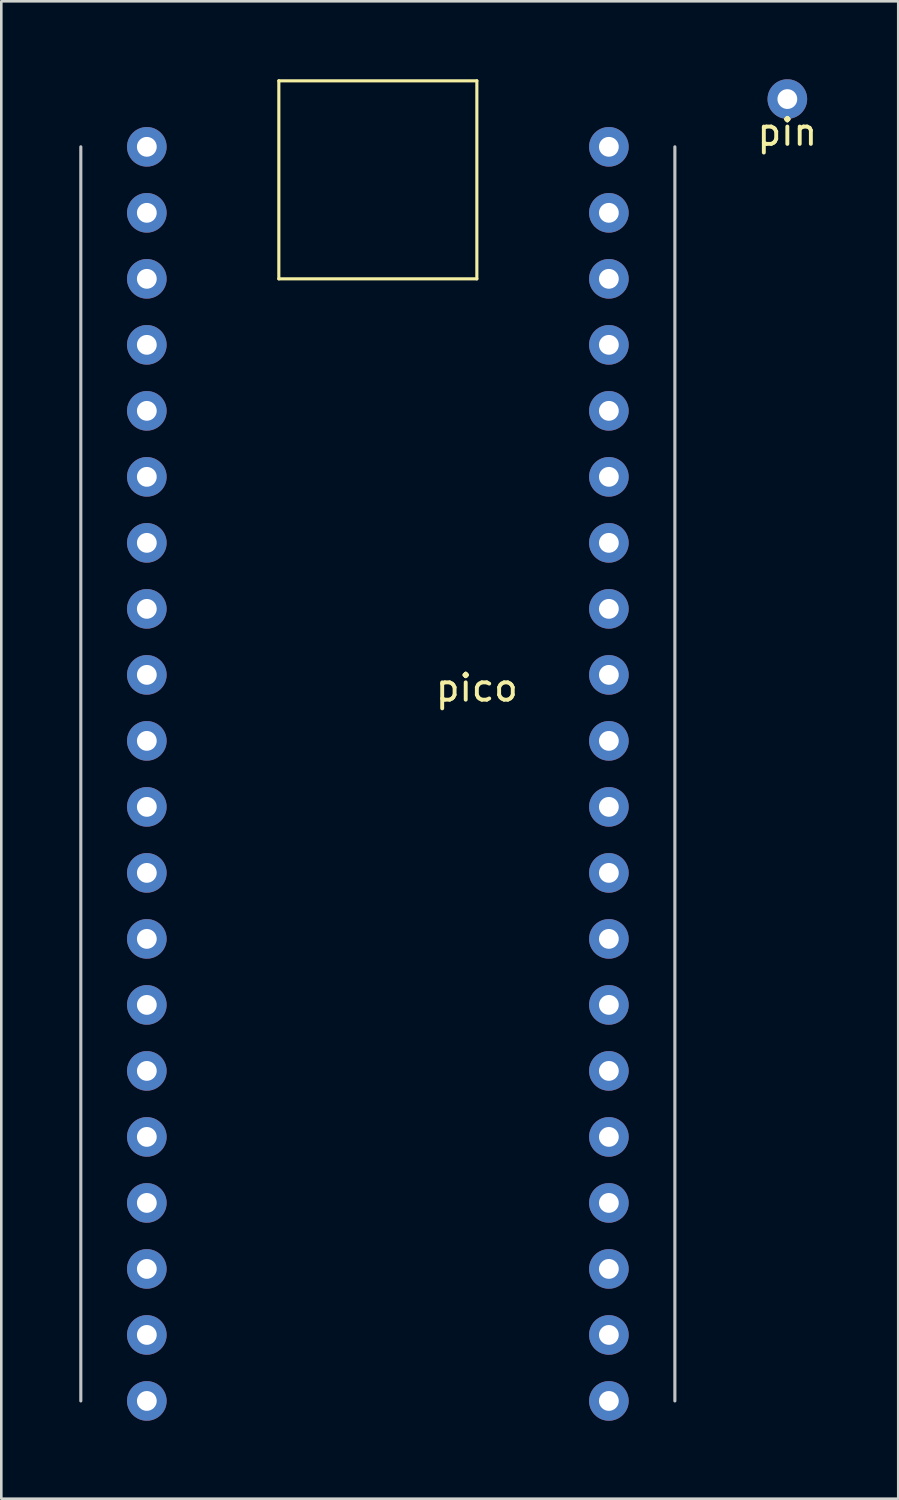
<source format=kicad_pcb>
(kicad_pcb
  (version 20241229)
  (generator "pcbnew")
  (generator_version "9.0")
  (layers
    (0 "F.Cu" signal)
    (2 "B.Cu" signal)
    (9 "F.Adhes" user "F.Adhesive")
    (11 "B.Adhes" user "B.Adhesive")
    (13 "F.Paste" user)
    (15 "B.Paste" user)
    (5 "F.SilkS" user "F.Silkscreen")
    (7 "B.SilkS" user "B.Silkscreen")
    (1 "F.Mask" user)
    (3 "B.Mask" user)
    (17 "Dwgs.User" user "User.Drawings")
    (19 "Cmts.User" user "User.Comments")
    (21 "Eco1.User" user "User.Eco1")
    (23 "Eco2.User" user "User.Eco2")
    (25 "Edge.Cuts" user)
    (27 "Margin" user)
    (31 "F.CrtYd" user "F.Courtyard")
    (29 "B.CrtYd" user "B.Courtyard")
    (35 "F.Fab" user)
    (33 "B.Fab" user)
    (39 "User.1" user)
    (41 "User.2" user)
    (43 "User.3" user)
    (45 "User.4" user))
  (footprint "pin"
    (layer "F.Cu")
    (at 27.248 0.762)
    (property "Reference" "pin" (at 0 1.27 0) (layer "F.SilkS") (effects (font (size 1 1) (thickness 0.15))))
    (attr through_hole)
    (pad "1" thru_hole circle (at 0 0) (size 1.524 1.524) (drill 0.762) (layers "*.Cu" "*.Mask")))
  (footprint "pico"
    (layer "F.Cu")
    (at 10.22 22.92)
    (property "Reference" "pico" (at 5.08 0.5 0) (layer "F.SilkS") (effects (font (size 1 1) (thickness 0.15))))
    (attr through_hole)
    (fp_line (start -2.54 -22.86) (end -2.54 -15.24) (stroke (width 0.12) (type solid)) (layer "F.SilkS"))
    (fp_line (start -2.54 -15.24) (end 5.08 -15.24) (stroke (width 0.12) (type solid)) (layer "F.SilkS"))
    (fp_line (start 5.08 -22.86) (end -2.54 -22.86) (stroke (width 0.12) (type solid)) (layer "F.SilkS"))
    (fp_line (start 5.08 -15.24) (end 5.08 -22.86) (stroke (width 0.12) (type solid)) (layer "F.SilkS"))
    (fp_line (start -10.16 -20.32) (end -10.16 27.94) (stroke (width 0.12) (type solid)) (layer "Dwgs.User"))
    (fp_line (start 12.7 27.94) (end 12.7 -20.32) (stroke (width 0.12) (type solid)) (layer "Dwgs.User"))
    (pad "1" thru_hole circle (at -7.62 -20.32) (size 1.524 1.524) (drill 0.762) (layers "*.Cu" "*.Mask"))
    (pad "2" thru_hole circle (at -7.62 -17.78) (size 1.524 1.524) (drill 0.762) (layers "*.Cu" "*.Mask"))
    (pad "3" thru_hole circle (at -7.62 -15.24) (size 1.524 1.524) (drill 0.762) (layers "*.Cu" "*.Mask"))
    (pad "4" thru_hole circle (at -7.62 -12.7) (size 1.524 1.524) (drill 0.762) (layers "*.Cu" "*.Mask"))
    (pad "5" thru_hole circle (at -7.62 -10.16) (size 1.524 1.524) (drill 0.762) (layers "*.Cu" "*.Mask"))
    (pad "6" thru_hole circle (at -7.62 -7.62) (size 1.524 1.524) (drill 0.762) (layers "*.Cu" "*.Mask"))
    (pad "7" thru_hole circle (at -7.62 -5.08) (size 1.524 1.524) (drill 0.762) (layers "*.Cu" "*.Mask"))
    (pad "8" thru_hole circle (at -7.62 -2.54) (size 1.524 1.524) (drill 0.762) (layers "*.Cu" "*.Mask"))
    (pad "9" thru_hole circle (at -7.62 0) (size 1.524 1.524) (drill 0.762) (layers "*.Cu" "*.Mask"))
    (pad "10" thru_hole circle (at -7.62 2.54) (size 1.524 1.524) (drill 0.762) (layers "*.Cu" "*.Mask"))
    (pad "11" thru_hole circle (at -7.62 5.08) (size 1.524 1.524) (drill 0.762) (layers "*.Cu" "*.Mask"))
    (pad "12" thru_hole circle (at -7.62 7.62) (size 1.524 1.524) (drill 0.762) (layers "*.Cu" "*.Mask"))
    (pad "13" thru_hole circle (at -7.62 10.16) (size 1.524 1.524) (drill 0.762) (layers "*.Cu" "*.Mask"))
    (pad "14" thru_hole circle (at -7.62 12.7) (size 1.524 1.524) (drill 0.762) (layers "*.Cu" "*.Mask"))
    (pad "15" thru_hole circle (at -7.62 15.24) (size 1.524 1.524) (drill 0.762) (layers "*.Cu" "*.Mask"))
    (pad "16" thru_hole circle (at -7.62 17.78) (size 1.524 1.524) (drill 0.762) (layers "*.Cu" "*.Mask"))
    (pad "17" thru_hole circle (at -7.62 20.32) (size 1.524 1.524) (drill 0.762) (layers "*.Cu" "*.Mask"))
    (pad "18" thru_hole circle (at -7.62 22.86) (size 1.524 1.524) (drill 0.762) (layers "*.Cu" "*.Mask"))
    (pad "19" thru_hole circle (at -7.62 25.4) (size 1.524 1.524) (drill 0.762) (layers "*.Cu" "*.Mask"))
    (pad "20" thru_hole circle (at -7.62 27.94) (size 1.524 1.524) (drill 0.762) (layers "*.Cu" "*.Mask"))
    (pad "21" thru_hole circle (at 10.16 27.94) (size 1.524 1.524) (drill 0.762) (layers "*.Cu" "*.Mask"))
    (pad "22" thru_hole circle (at 10.16 25.4) (size 1.524 1.524) (drill 0.762) (layers "*.Cu" "*.Mask"))
    (pad "23" thru_hole circle (at 10.16 22.86) (size 1.524 1.524) (drill 0.762) (layers "*.Cu" "*.Mask"))
    (pad "24" thru_hole circle (at 10.16 20.32) (size 1.524 1.524) (drill 0.762) (layers "*.Cu" "*.Mask"))
    (pad "25" thru_hole circle (at 10.16 17.78) (size 1.524 1.524) (drill 0.762) (layers "*.Cu" "*.Mask"))
    (pad "26" thru_hole circle (at 10.16 15.24) (size 1.524 1.524) (drill 0.762) (layers "*.Cu" "*.Mask"))
    (pad "27" thru_hole circle (at 10.16 12.7) (size 1.524 1.524) (drill 0.762) (layers "*.Cu" "*.Mask"))
    (pad "28" thru_hole circle (at 10.16 10.16) (size 1.524 1.524) (drill 0.762) (layers "*.Cu" "*.Mask"))
    (pad "29" thru_hole circle (at 10.16 7.62) (size 1.524 1.524) (drill 0.762) (layers "*.Cu" "*.Mask"))
    (pad "30" thru_hole circle (at 10.16 5.08) (size 1.524 1.524) (drill 0.762) (layers "*.Cu" "*.Mask"))
    (pad "31" thru_hole circle (at 10.16 2.54) (size 1.524 1.524) (drill 0.762) (layers "*.Cu" "*.Mask"))
    (pad "32" thru_hole circle (at 10.16 0) (size 1.524 1.524) (drill 0.762) (layers "*.Cu" "*.Mask"))
    (pad "33" thru_hole circle (at 10.16 -2.54) (size 1.524 1.524) (drill 0.762) (layers "*.Cu" "*.Mask"))
    (pad "34" thru_hole circle (at 10.16 -5.08) (size 1.524 1.524) (drill 0.762) (layers "*.Cu" "*.Mask"))
    (pad "35" thru_hole circle (at 10.16 -7.62) (size 1.524 1.524) (drill 0.762) (layers "*.Cu" "*.Mask"))
    (pad "36" thru_hole circle (at 10.16 -10.16) (size 1.524 1.524) (drill 0.762) (layers "*.Cu" "*.Mask"))
    (pad "37" thru_hole circle (at 10.16 -12.7) (size 1.524 1.524) (drill 0.762) (layers "*.Cu" "*.Mask"))
    (pad "38" thru_hole circle (at 10.16 -15.24) (size 1.524 1.524) (drill 0.762) (layers "*.Cu" "*.Mask"))
    (pad "39" thru_hole circle (at 10.16 -17.78) (size 1.524 1.524) (drill 0.762) (layers "*.Cu" "*.Mask"))
    (pad "40" thru_hole circle (at 10.16 -20.32) (size 1.524 1.524) (drill 0.762) (layers "*.Cu" "*.Mask")))
  (gr_rect
    (start -3 -3)
    (end 31.516 54.622)
    (stroke (width 0.1) (type default))
    (fill no)
    (layer "Edge.Cuts")))
</source>
